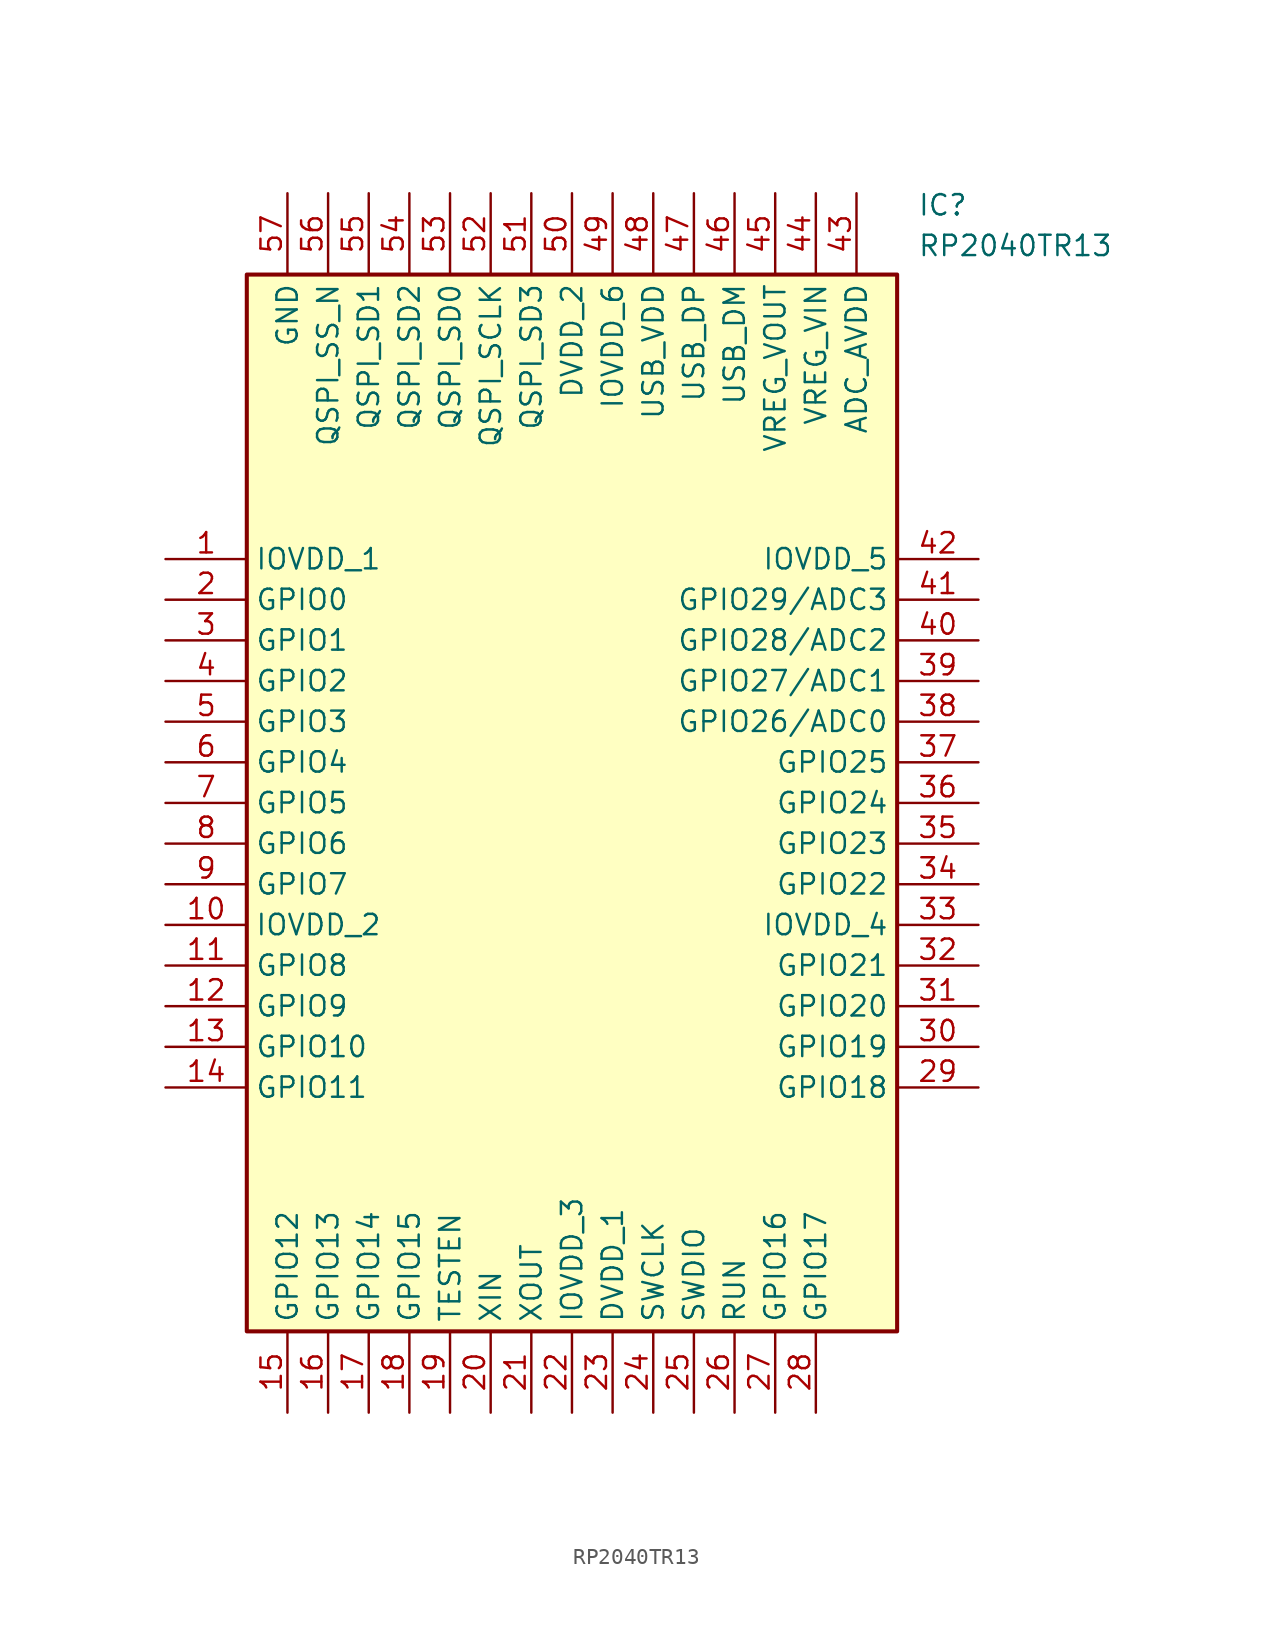
<source format=kicad_sym>
(kicad_symbol_lib
  (version 20220914)
  (generator SamacSys_ECAD_Model)
  (symbol "RP2040TR13"
    (property "Reference" "IC"
      (at 46.99 22.86 0)
      (effects (font (size 1.27 1.27)) (justify left top)))
    (property "Value" "RP2040TR13"
      (at 46.99 20.32 0)
      (effects (font (size 1.27 1.27)) (justify left top)))
    (rectangle
      (start 5.08 17.78)
      (end 45.72 -48.26)
      (stroke (width 0.254) (type default))
      (fill (type background)))
    (pin passive line
      (at 0 0 0)
      (length 5.08)
      (name "IOVDD_1" (effects (font (size 1.27 1.27))))
      (number "1" (effects (font (size 1.27 1.27)))))
    (pin passive line
      (at 0 -2.54 0)
      (length 5.08)
      (name "GPIO0" (effects (font (size 1.27 1.27))))
      (number "2" (effects (font (size 1.27 1.27)))))
    (pin passive line
      (at 0 -5.08 0)
      (length 5.08)
      (name "GPIO1" (effects (font (size 1.27 1.27))))
      (number "3" (effects (font (size 1.27 1.27)))))
    (pin passive line
      (at 0 -7.62 0)
      (length 5.08)
      (name "GPIO2" (effects (font (size 1.27 1.27))))
      (number "4" (effects (font (size 1.27 1.27)))))
    (pin passive line
      (at 0 -10.16 0)
      (length 5.08)
      (name "GPIO3" (effects (font (size 1.27 1.27))))
      (number "5" (effects (font (size 1.27 1.27)))))
    (pin passive line
      (at 0 -12.7 0)
      (length 5.08)
      (name "GPIO4" (effects (font (size 1.27 1.27))))
      (number "6" (effects (font (size 1.27 1.27)))))
    (pin passive line
      (at 0 -15.24 0)
      (length 5.08)
      (name "GPIO5" (effects (font (size 1.27 1.27))))
      (number "7" (effects (font (size 1.27 1.27)))))
    (pin passive line
      (at 0 -17.78 0)
      (length 5.08)
      (name "GPIO6" (effects (font (size 1.27 1.27))))
      (number "8" (effects (font (size 1.27 1.27)))))
    (pin passive line
      (at 0 -20.32 0)
      (length 5.08)
      (name "GPIO7" (effects (font (size 1.27 1.27))))
      (number "9" (effects (font (size 1.27 1.27)))))
    (pin passive line
      (at 0 -22.86 0)
      (length 5.08)
      (name "IOVDD_2" (effects (font (size 1.27 1.27))))
      (number "10" (effects (font (size 1.27 1.27)))))
    (pin passive line
      (at 0 -25.4 0)
      (length 5.08)
      (name "GPIO8" (effects (font (size 1.27 1.27))))
      (number "11" (effects (font (size 1.27 1.27)))))
    (pin passive line
      (at 0 -27.94 0)
      (length 5.08)
      (name "GPIO9" (effects (font (size 1.27 1.27))))
      (number "12" (effects (font (size 1.27 1.27)))))
    (pin passive line
      (at 0 -30.48 0)
      (length 5.08)
      (name "GPIO10" (effects (font (size 1.27 1.27))))
      (number "13" (effects (font (size 1.27 1.27)))))
    (pin passive line
      (at 0 -33.02 0)
      (length 5.08)
      (name "GPIO11" (effects (font (size 1.27 1.27))))
      (number "14" (effects (font (size 1.27 1.27)))))
    (pin passive line
      (at 7.62 -53.34 90)
      (length 5.08)
      (name "GPIO12" (effects (font (size 1.27 1.27))))
      (number "15" (effects (font (size 1.27 1.27)))))
    (pin passive line
      (at 10.16 -53.34 90)
      (length 5.08)
      (name "GPIO13" (effects (font (size 1.27 1.27))))
      (number "16" (effects (font (size 1.27 1.27)))))
    (pin passive line
      (at 12.7 -53.34 90)
      (length 5.08)
      (name "GPIO14" (effects (font (size 1.27 1.27))))
      (number "17" (effects (font (size 1.27 1.27)))))
    (pin passive line
      (at 15.24 -53.34 90)
      (length 5.08)
      (name "GPIO15" (effects (font (size 1.27 1.27))))
      (number "18" (effects (font (size 1.27 1.27)))))
    (pin passive line
      (at 17.78 -53.34 90)
      (length 5.08)
      (name "TESTEN" (effects (font (size 1.27 1.27))))
      (number "19" (effects (font (size 1.27 1.27)))))
    (pin passive line
      (at 20.32 -53.34 90)
      (length 5.08)
      (name "XIN" (effects (font (size 1.27 1.27))))
      (number "20" (effects (font (size 1.27 1.27)))))
    (pin passive line
      (at 22.86 -53.34 90)
      (length 5.08)
      (name "XOUT" (effects (font (size 1.27 1.27))))
      (number "21" (effects (font (size 1.27 1.27)))))
    (pin passive line
      (at 25.4 -53.34 90)
      (length 5.08)
      (name "IOVDD_3" (effects (font (size 1.27 1.27))))
      (number "22" (effects (font (size 1.27 1.27)))))
    (pin passive line
      (at 27.94 -53.34 90)
      (length 5.08)
      (name "DVDD_1" (effects (font (size 1.27 1.27))))
      (number "23" (effects (font (size 1.27 1.27)))))
    (pin passive line
      (at 30.48 -53.34 90)
      (length 5.08)
      (name "SWCLK" (effects (font (size 1.27 1.27))))
      (number "24" (effects (font (size 1.27 1.27)))))
    (pin passive line
      (at 33.02 -53.34 90)
      (length 5.08)
      (name "SWDIO" (effects (font (size 1.27 1.27))))
      (number "25" (effects (font (size 1.27 1.27)))))
    (pin passive line
      (at 35.56 -53.34 90)
      (length 5.08)
      (name "RUN" (effects (font (size 1.27 1.27))))
      (number "26" (effects (font (size 1.27 1.27)))))
    (pin passive line
      (at 38.1 -53.34 90)
      (length 5.08)
      (name "GPIO16" (effects (font (size 1.27 1.27))))
      (number "27" (effects (font (size 1.27 1.27)))))
    (pin passive line
      (at 40.64 -53.34 90)
      (length 5.08)
      (name "GPIO17" (effects (font (size 1.27 1.27))))
      (number "28" (effects (font (size 1.27 1.27)))))
    (pin passive line
      (at 50.8 -33.02 180)
      (length 5.08)
      (name "GPIO18" (effects (font (size 1.27 1.27))))
      (number "29" (effects (font (size 1.27 1.27)))))
    (pin passive line
      (at 50.8 -30.48 180)
      (length 5.08)
      (name "GPIO19" (effects (font (size 1.27 1.27))))
      (number "30" (effects (font (size 1.27 1.27)))))
    (pin passive line
      (at 50.8 -27.94 180)
      (length 5.08)
      (name "GPIO20" (effects (font (size 1.27 1.27))))
      (number "31" (effects (font (size 1.27 1.27)))))
    (pin passive line
      (at 50.8 -25.4 180)
      (length 5.08)
      (name "GPIO21" (effects (font (size 1.27 1.27))))
      (number "32" (effects (font (size 1.27 1.27)))))
    (pin passive line
      (at 50.8 -22.86 180)
      (length 5.08)
      (name "IOVDD_4" (effects (font (size 1.27 1.27))))
      (number "33" (effects (font (size 1.27 1.27)))))
    (pin passive line
      (at 50.8 -20.32 180)
      (length 5.08)
      (name "GPIO22" (effects (font (size 1.27 1.27))))
      (number "34" (effects (font (size 1.27 1.27)))))
    (pin passive line
      (at 50.8 -17.78 180)
      (length 5.08)
      (name "GPIO23" (effects (font (size 1.27 1.27))))
      (number "35" (effects (font (size 1.27 1.27)))))
    (pin passive line
      (at 50.8 -15.24 180)
      (length 5.08)
      (name "GPIO24" (effects (font (size 1.27 1.27))))
      (number "36" (effects (font (size 1.27 1.27)))))
    (pin passive line
      (at 50.8 -12.7 180)
      (length 5.08)
      (name "GPIO25" (effects (font (size 1.27 1.27))))
      (number "37" (effects (font (size 1.27 1.27)))))
    (pin passive line
      (at 50.8 -10.16 180)
      (length 5.08)
      (name "GPIO26/ADC0" (effects (font (size 1.27 1.27))))
      (number "38" (effects (font (size 1.27 1.27)))))
    (pin passive line
      (at 50.8 -7.62 180)
      (length 5.08)
      (name "GPIO27/ADC1" (effects (font (size 1.27 1.27))))
      (number "39" (effects (font (size 1.27 1.27)))))
    (pin passive line
      (at 50.8 -5.08 180)
      (length 5.08)
      (name "GPIO28/ADC2" (effects (font (size 1.27 1.27))))
      (number "40" (effects (font (size 1.27 1.27)))))
    (pin passive line
      (at 50.8 -2.54 180)
      (length 5.08)
      (name "GPIO29/ADC3" (effects (font (size 1.27 1.27))))
      (number "41" (effects (font (size 1.27 1.27)))))
    (pin passive line
      (at 50.8 0 180)
      (length 5.08)
      (name "IOVDD_5" (effects (font (size 1.27 1.27))))
      (number "42" (effects (font (size 1.27 1.27)))))
    (pin passive line
      (at 43.18 22.86 270)
      (length 5.08)
      (name "ADC_AVDD" (effects (font (size 1.27 1.27))))
      (number "43" (effects (font (size 1.27 1.27)))))
    (pin passive line
      (at 40.64 22.86 270)
      (length 5.08)
      (name "VREG_VIN" (effects (font (size 1.27 1.27))))
      (number "44" (effects (font (size 1.27 1.27)))))
    (pin passive line
      (at 38.1 22.86 270)
      (length 5.08)
      (name "VREG_VOUT" (effects (font (size 1.27 1.27))))
      (number "45" (effects (font (size 1.27 1.27)))))
    (pin passive line
      (at 35.56 22.86 270)
      (length 5.08)
      (name "USB_DM" (effects (font (size 1.27 1.27))))
      (number "46" (effects (font (size 1.27 1.27)))))
    (pin passive line
      (at 33.02 22.86 270)
      (length 5.08)
      (name "USB_DP" (effects (font (size 1.27 1.27))))
      (number "47" (effects (font (size 1.27 1.27)))))
    (pin passive line
      (at 30.48 22.86 270)
      (length 5.08)
      (name "USB_VDD" (effects (font (size 1.27 1.27))))
      (number "48" (effects (font (size 1.27 1.27)))))
    (pin passive line
      (at 27.94 22.86 270)
      (length 5.08)
      (name "IOVDD_6" (effects (font (size 1.27 1.27))))
      (number "49" (effects (font (size 1.27 1.27)))))
    (pin passive line
      (at 25.4 22.86 270)
      (length 5.08)
      (name "DVDD_2" (effects (font (size 1.27 1.27))))
      (number "50" (effects (font (size 1.27 1.27)))))
    (pin passive line
      (at 22.86 22.86 270)
      (length 5.08)
      (name "QSPI_SD3" (effects (font (size 1.27 1.27))))
      (number "51" (effects (font (size 1.27 1.27)))))
    (pin passive line
      (at 20.32 22.86 270)
      (length 5.08)
      (name "QSPI_SCLK" (effects (font (size 1.27 1.27))))
      (number "52" (effects (font (size 1.27 1.27)))))
    (pin passive line
      (at 17.78 22.86 270)
      (length 5.08)
      (name "QSPI_SD0" (effects (font (size 1.27 1.27))))
      (number "53" (effects (font (size 1.27 1.27)))))
    (pin passive line
      (at 15.24 22.86 270)
      (length 5.08)
      (name "QSPI_SD2" (effects (font (size 1.27 1.27))))
      (number "54" (effects (font (size 1.27 1.27)))))
    (pin passive line
      (at 12.7 22.86 270)
      (length 5.08)
      (name "QSPI_SD1" (effects (font (size 1.27 1.27))))
      (number "55" (effects (font (size 1.27 1.27)))))
    (pin passive line
      (at 10.16 22.86 270)
      (length 5.08)
      (name "QSPI_SS_N" (effects (font (size 1.27 1.27))))
      (number "56" (effects (font (size 1.27 1.27)))))
    (pin passive line
      (at 7.62 22.86 270)
      (length 5.08)
      (name "GND" (effects (font (size 1.27 1.27))))
      (number "57" (effects (font (size 1.27 1.27)))))))
</source>
